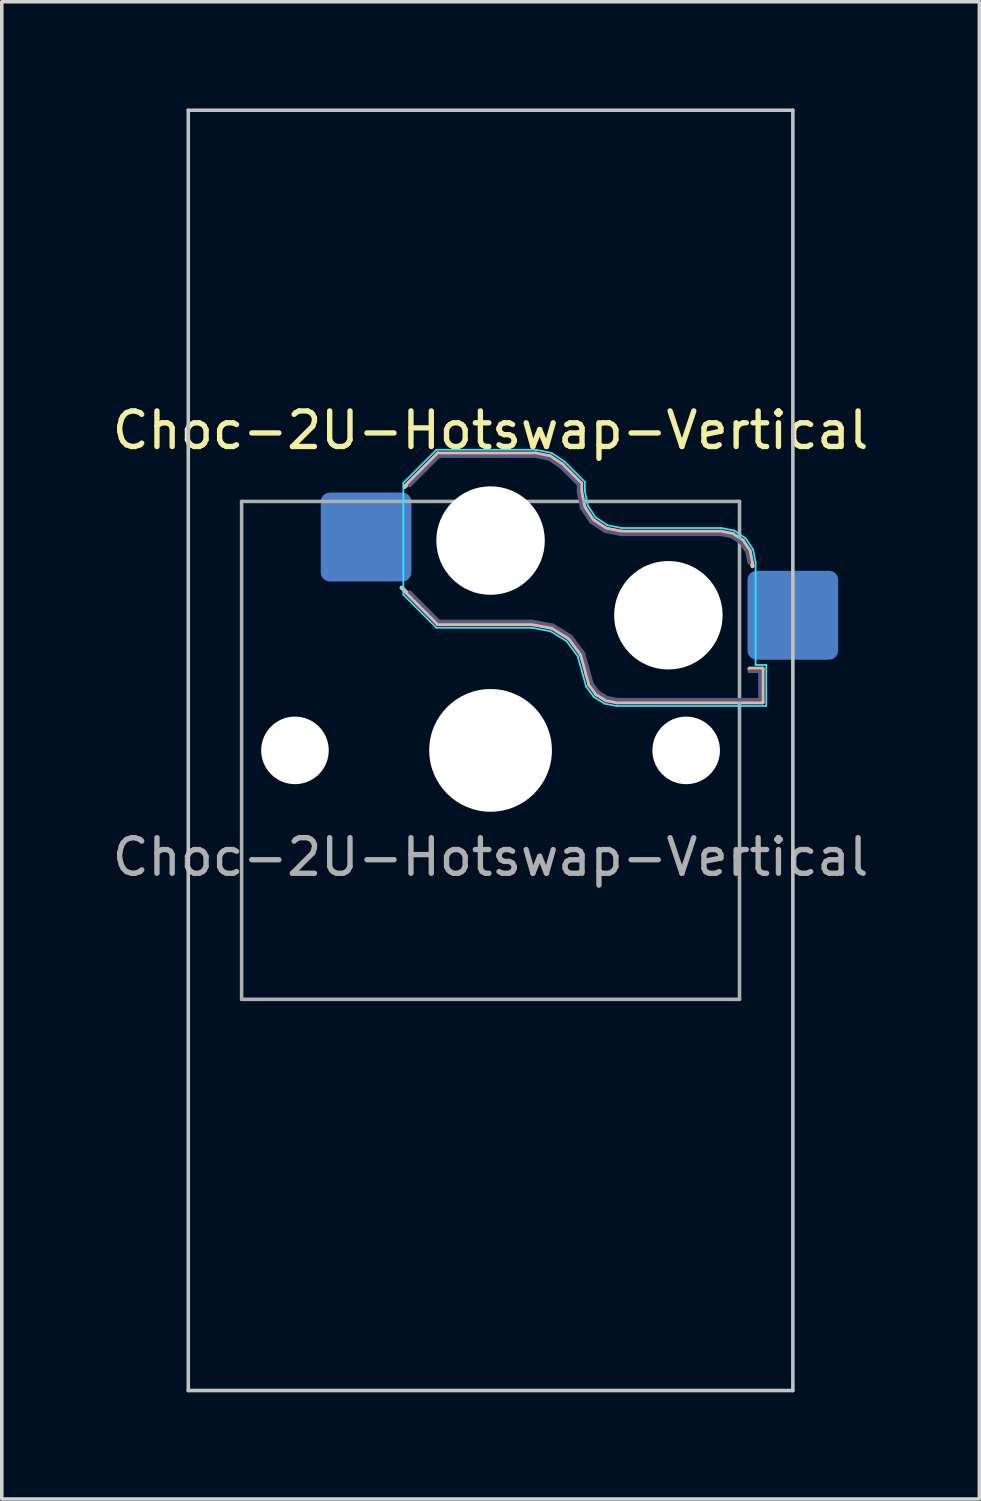
<source format=kicad_pcb>
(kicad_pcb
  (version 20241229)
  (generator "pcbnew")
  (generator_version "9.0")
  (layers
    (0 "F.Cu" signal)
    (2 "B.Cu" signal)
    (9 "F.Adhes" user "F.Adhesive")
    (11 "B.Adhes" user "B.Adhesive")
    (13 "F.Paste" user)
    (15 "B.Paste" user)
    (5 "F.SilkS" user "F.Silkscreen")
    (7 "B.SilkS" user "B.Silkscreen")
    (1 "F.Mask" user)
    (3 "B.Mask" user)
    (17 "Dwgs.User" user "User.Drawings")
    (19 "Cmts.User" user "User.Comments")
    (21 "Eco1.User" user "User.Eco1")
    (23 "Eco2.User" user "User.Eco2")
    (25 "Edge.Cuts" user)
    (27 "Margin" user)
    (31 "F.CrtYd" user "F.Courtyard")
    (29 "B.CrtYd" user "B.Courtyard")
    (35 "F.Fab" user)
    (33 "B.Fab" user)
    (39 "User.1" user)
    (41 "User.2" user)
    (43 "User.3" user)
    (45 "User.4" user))
  (footprint "Choc-2U-Hotswap-Vertical"
    (layer "F.Cu")
    (at 10.744 18.05)
    (property "Reference" "Choc-2U-Hotswap-Vertical" (at 0 -9 0) (layer "F.SilkS") (effects (font (size 1 1) (thickness 0.15))))
    (attr smd)
    (fp_line (start -2.416 -7.409) (end -1.479 -8.346) (stroke (width 0.12) (type solid)) (layer "B.SilkS"))
    (fp_line (start -1.479 -8.346) (end 1.268 -8.346) (stroke (width 0.12) (type solid)) (layer "B.SilkS"))
    (fp_line (start -1.479 -3.554) (end -2.5 -4.575) (stroke (width 0.12) (type solid)) (layer "B.SilkS"))
    (fp_line (start 1.168 -3.554) (end -1.479 -3.554) (stroke (width 0.12) (type solid)) (layer "B.SilkS"))
    (fp_line (start 1.268 -8.346) (end 1.671 -8.266) (stroke (width 0.12) (type solid)) (layer "B.SilkS"))
    (fp_line (start 1.671 -8.266) (end 2.013 -8.037) (stroke (width 0.12) (type solid)) (layer "B.SilkS"))
    (fp_line (start 1.73 -3.449) (end 1.168 -3.554) (stroke (width 0.12) (type solid)) (layer "B.SilkS"))
    (fp_line (start 2.013 -8.037) (end 2.546 -7.504) (stroke (width 0.12) (type solid)) (layer "B.SilkS"))
    (fp_line (start 2.209 -3.15) (end 1.73 -3.449) (stroke (width 0.12) (type solid)) (layer "B.SilkS"))
    (fp_line (start 2.546 -7.504) (end 2.546 -7.282) (stroke (width 0.12) (type solid)) (layer "B.SilkS"))
    (fp_line (start 2.546 -7.282) (end 2.633 -6.844) (stroke (width 0.12) (type solid)) (layer "B.SilkS"))
    (fp_line (start 2.547 -2.697) (end 2.209 -3.15) (stroke (width 0.12) (type solid)) (layer "B.SilkS"))
    (fp_line (start 2.633 -6.844) (end 2.877 -6.477) (stroke (width 0.12) (type solid)) (layer "B.SilkS"))
    (fp_line (start 2.701 -2.139) (end 2.547 -2.697) (stroke (width 0.12) (type solid)) (layer "B.SilkS"))
    (fp_line (start 2.783 -1.841) (end 2.701 -2.139) (stroke (width 0.12) (type solid)) (layer "B.SilkS"))
    (fp_line (start 2.877 -6.477) (end 3.244 -6.233) (stroke (width 0.12) (type solid)) (layer "B.SilkS"))
    (fp_line (start 2.976 -1.583) (end 2.783 -1.841) (stroke (width 0.12) (type solid)) (layer "B.SilkS"))
    (fp_line (start 3.244 -6.233) (end 3.682 -6.146) (stroke (width 0.12) (type solid)) (layer "B.SilkS"))
    (fp_line (start 3.25 -1.413) (end 2.976 -1.583) (stroke (width 0.12) (type solid)) (layer "B.SilkS"))
    (fp_line (start 3.56 -1.354) (end 3.25 -1.413) (stroke (width 0.12) (type solid)) (layer "B.SilkS"))
    (fp_line (start 3.682 -6.146) (end 6.482 -6.146) (stroke (width 0.12) (type solid)) (layer "B.SilkS"))
    (fp_line (start 6.482 -6.146) (end 6.809 -6.081) (stroke (width 0.12) (type solid)) (layer "B.SilkS"))
    (fp_line (start 6.809 -6.081) (end 7.092 -5.892) (stroke (width 0.12) (type solid)) (layer "B.SilkS"))
    (fp_line (start 7.092 -5.892) (end 7.281 -5.609) (stroke (width 0.12) (type solid)) (layer "B.SilkS"))
    (fp_line (start 7.281 -5.609) (end 7.366 -5.182) (stroke (width 0.12) (type solid)) (layer "B.SilkS"))
    (fp_line (start 7.283 -2.296) (end 7.646 -2.296) (stroke (width 0.12) (type solid)) (layer "B.SilkS"))
    (fp_line (start 7.646 -2.296) (end 7.646 -1.354) (stroke (width 0.12) (type solid)) (layer "B.SilkS"))
    (fp_line (start 7.646 -1.354) (end 3.56 -1.354) (stroke (width 0.12) (type solid)) (layer "B.SilkS"))
    (fp_line (start -8.5 -18) (end 8.5 -18) (stroke (width 0.1) (type solid)) (layer "Dwgs.User"))
    (fp_line (start -8.5 18) (end -8.5 -18) (stroke (width 0.1) (type solid)) (layer "Dwgs.User"))
    (fp_line (start 8.5 -18) (end 8.5 18) (stroke (width 0.1) (type solid)) (layer "Dwgs.User"))
    (fp_line (start 8.5 18) (end -8.5 18) (stroke (width 0.1) (type solid)) (layer "Dwgs.User"))
    (fp_line (start -2.452 -7.523) (end -1.523 -8.452) (stroke (width 0.05) (type solid)) (layer "B.CrtYd"))
    (fp_line (start -2.452 -4.377) (end -2.452 -7.523) (stroke (width 0.05) (type solid)) (layer "B.CrtYd"))
    (fp_line (start -1.523 -8.452) (end 1.278 -8.452) (stroke (width 0.05) (type solid)) (layer "B.CrtYd"))
    (fp_line (start -1.523 -3.448) (end -2.452 -4.377) (stroke (width 0.05) (type solid)) (layer "B.CrtYd"))
    (fp_line (start 1.159 -3.448) (end -1.523 -3.448) (stroke (width 0.05) (type solid)) (layer "B.CrtYd"))
    (fp_line (start 1.278 -8.452) (end 1.712 -8.366) (stroke (width 0.05) (type solid)) (layer "B.CrtYd"))
    (fp_line (start 1.691 -3.348) (end 1.159 -3.448) (stroke (width 0.05) (type solid)) (layer "B.CrtYd"))
    (fp_line (start 1.712 -8.366) (end 2.081 -8.119) (stroke (width 0.05) (type solid)) (layer "B.CrtYd"))
    (fp_line (start 2.081 -8.119) (end 2.652 -7.548) (stroke (width 0.05) (type solid)) (layer "B.CrtYd"))
    (fp_line (start 2.136 -3.071) (end 1.691 -3.348) (stroke (width 0.05) (type solid)) (layer "B.CrtYd"))
    (fp_line (start 2.45 -2.65) (end 2.136 -3.071) (stroke (width 0.05) (type solid)) (layer "B.CrtYd"))
    (fp_line (start 2.599 -2.111) (end 2.45 -2.65) (stroke (width 0.05) (type solid)) (layer "B.CrtYd"))
    (fp_line (start 2.652 -7.548) (end 2.652 -7.292) (stroke (width 0.05) (type solid)) (layer "B.CrtYd"))
    (fp_line (start 2.652 -7.292) (end 2.733 -6.885) (stroke (width 0.05) (type solid)) (layer "B.CrtYd"))
    (fp_line (start 2.687 -1.794) (end 2.599 -2.111) (stroke (width 0.05) (type solid)) (layer "B.CrtYd"))
    (fp_line (start 2.733 -6.885) (end 2.953 -6.553) (stroke (width 0.05) (type solid)) (layer "B.CrtYd"))
    (fp_line (start 2.903 -1.503) (end 2.687 -1.794) (stroke (width 0.05) (type solid)) (layer "B.CrtYd"))
    (fp_line (start 2.953 -6.553) (end 3.285 -6.333) (stroke (width 0.05) (type solid)) (layer "B.CrtYd"))
    (fp_line (start 3.211 -1.312) (end 2.903 -1.503) (stroke (width 0.05) (type solid)) (layer "B.CrtYd"))
    (fp_line (start 3.285 -6.333) (end 3.692 -6.252) (stroke (width 0.05) (type solid)) (layer "B.CrtYd"))
    (fp_line (start 3.55 -1.248) (end 3.211 -1.312) (stroke (width 0.05) (type solid)) (layer "B.CrtYd"))
    (fp_line (start 3.692 -6.252) (end 6.492 -6.252) (stroke (width 0.05) (type solid)) (layer "B.CrtYd"))
    (fp_line (start 6.492 -6.252) (end 6.85 -6.181) (stroke (width 0.05) (type solid)) (layer "B.CrtYd"))
    (fp_line (start 6.85 -6.181) (end 7.168 -5.968) (stroke (width 0.05) (type solid)) (layer "B.CrtYd"))
    (fp_line (start 7.168 -5.968) (end 7.381 -5.65) (stroke (width 0.05) (type solid)) (layer "B.CrtYd"))
    (fp_line (start 7.381 -5.65) (end 7.452 -5.292) (stroke (width 0.05) (type solid)) (layer "B.CrtYd"))
    (fp_line (start 7.452 -5.292) (end 7.452 -2.402) (stroke (width 0.05) (type solid)) (layer "B.CrtYd"))
    (fp_line (start 7.452 -2.402) (end 7.752 -2.402) (stroke (width 0.05) (type solid)) (layer "B.CrtYd"))
    (fp_line (start 7.752 -2.402) (end 7.752 -1.248) (stroke (width 0.05) (type solid)) (layer "B.CrtYd"))
    (fp_line (start 7.752 -1.248) (end 3.55 -1.248) (stroke (width 0.05) (type solid)) (layer "B.CrtYd"))
    (fp_line (start -2.275 -7.45) (end -1.45 -8.275) (stroke (width 0.1) (type solid)) (layer "B.Fab"))
    (fp_line (start -1.45 -8.275) (end 1.261 -8.275) (stroke (width 0.1) (type solid)) (layer "B.Fab"))
    (fp_line (start -1.45 -3.625) (end -2.275 -4.45) (stroke (width 0.1) (type solid)) (layer "B.Fab"))
    (fp_line (start 1.175 -3.625) (end -1.45 -3.625) (stroke (width 0.1) (type solid)) (layer "B.Fab"))
    (fp_line (start 1.261 -8.275) (end 1.643 -8.199) (stroke (width 0.1) (type solid)) (layer "B.Fab"))
    (fp_line (start 1.643 -8.199) (end 1.968 -7.982) (stroke (width 0.1) (type solid)) (layer "B.Fab"))
    (fp_line (start 1.756 -3.516) (end 1.175 -3.625) (stroke (width 0.1) (type solid)) (layer "B.Fab"))
    (fp_line (start 1.968 -7.982) (end 2.475 -7.475) (stroke (width 0.1) (type solid)) (layer "B.Fab"))
    (fp_line (start 2.258 -3.203) (end 1.756 -3.516) (stroke (width 0.1) (type solid)) (layer "B.Fab"))
    (fp_line (start 2.475 -7.475) (end 2.475 -7.275) (stroke (width 0.1) (type solid)) (layer "B.Fab"))
    (fp_line (start 2.475 -7.275) (end 2.566 -6.816) (stroke (width 0.1) (type solid)) (layer "B.Fab"))
    (fp_line (start 2.566 -6.816) (end 2.826 -6.426) (stroke (width 0.1) (type solid)) (layer "B.Fab"))
    (fp_line (start 2.612 -2.729) (end 2.258 -3.203) (stroke (width 0.1) (type solid)) (layer "B.Fab"))
    (fp_line (start 2.769 -2.158) (end 2.612 -2.729) (stroke (width 0.1) (type solid)) (layer "B.Fab"))
    (fp_line (start 2.826 -6.426) (end 3.216 -6.166) (stroke (width 0.1) (type solid)) (layer "B.Fab"))
    (fp_line (start 2.848 -1.873) (end 2.769 -2.158) (stroke (width 0.1) (type solid)) (layer "B.Fab"))
    (fp_line (start 3.025 -1.636) (end 2.848 -1.873) (stroke (width 0.1) (type solid)) (layer "B.Fab"))
    (fp_line (start 3.216 -6.166) (end 3.675 -6.075) (stroke (width 0.1) (type solid)) (layer "B.Fab"))
    (fp_line (start 3.276 -1.48) (end 3.025 -1.636) (stroke (width 0.1) (type solid)) (layer "B.Fab"))
    (fp_line (start 3.567 -1.425) (end 3.276 -1.48) (stroke (width 0.1) (type solid)) (layer "B.Fab"))
    (fp_line (start 3.675 -6.075) (end 6.475 -6.075) (stroke (width 0.1) (type solid)) (layer "B.Fab"))
    (fp_line (start 6.475 -6.075) (end 6.781 -6.014) (stroke (width 0.1) (type solid)) (layer "B.Fab"))
    (fp_line (start 6.781 -6.014) (end 7.041 -5.841) (stroke (width 0.1) (type solid)) (layer "B.Fab"))
    (fp_line (start 7.041 -5.841) (end 7.214 -5.581) (stroke (width 0.1) (type solid)) (layer "B.Fab"))
    (fp_line (start 7.214 -5.581) (end 7.275 -5.275) (stroke (width 0.1) (type solid)) (layer "B.Fab"))
    (fp_line (start 7.275 -2.225) (end 7.575 -2.225) (stroke (width 0.1) (type solid)) (layer "B.Fab"))
    (fp_line (start 7.575 -2.225) (end 7.575 -1.425) (stroke (width 0.1) (type solid)) (layer "B.Fab"))
    (fp_line (start 7.575 -1.425) (end 3.567 -1.425) (stroke (width 0.1) (type solid)) (layer "B.Fab"))
    (fp_line (start -7 -7) (end -7 7) (stroke (width 0.1) (type solid)) (layer "F.Fab"))
    (fp_line (start -7 7) (end 7 7) (stroke (width 0.1) (type solid)) (layer "F.Fab"))
    (fp_line (start 7 -7) (end -7 -7) (stroke (width 0.1) (type solid)) (layer "F.Fab"))
    (fp_line (start 7 7) (end 7 -7) (stroke (width 0.1) (type solid)) (layer "F.Fab"))
    (fp_text user "${REFERENCE}" (at 0 3 0) (layer "F.Fab") (effects (font (size 1 1) (thickness 0.15))))
    (pad "" np_thru_hole circle (at -5.5 0) (size 1.9 1.9) (drill 1.9) (layers "*.Cu" "*.Mask"))
    (pad "" np_thru_hole circle (at 0 -5.9) (size 3.05 3.05) (drill 3.05) (layers "*.Cu" "*.Mask"))
    (pad "" np_thru_hole circle (at 0 0) (size 3.45 3.45) (drill 3.45) (layers "*.Cu" "*.Mask"))
    (pad "" np_thru_hole circle (at 5 -3.8) (size 3.05 3.05) (drill 3.05) (layers "*.Cu" "*.Mask"))
    (pad "" np_thru_hole circle (at 5.5 0) (size 1.9 1.9) (drill 1.9) (layers "*.Cu" "*.Mask"))
    (pad "1" smd roundrect (at -3.5 -6) (size 2.55 2.5) (layers "B.Cu" "B.Mask" "B.Paste") (roundrect_rratio 0.1))
    (pad "2" smd roundrect (at 8.5 -3.8) (size 2.55 2.5) (layers "B.Cu" "B.Mask" "B.Paste") (roundrect_rratio 0.1)))
  (gr_rect
    (start -3 -3)
    (end 24.488 39.1)
    (stroke (width 0.1) (type default))
    (fill no)
    (layer "Edge.Cuts")))
</source>
